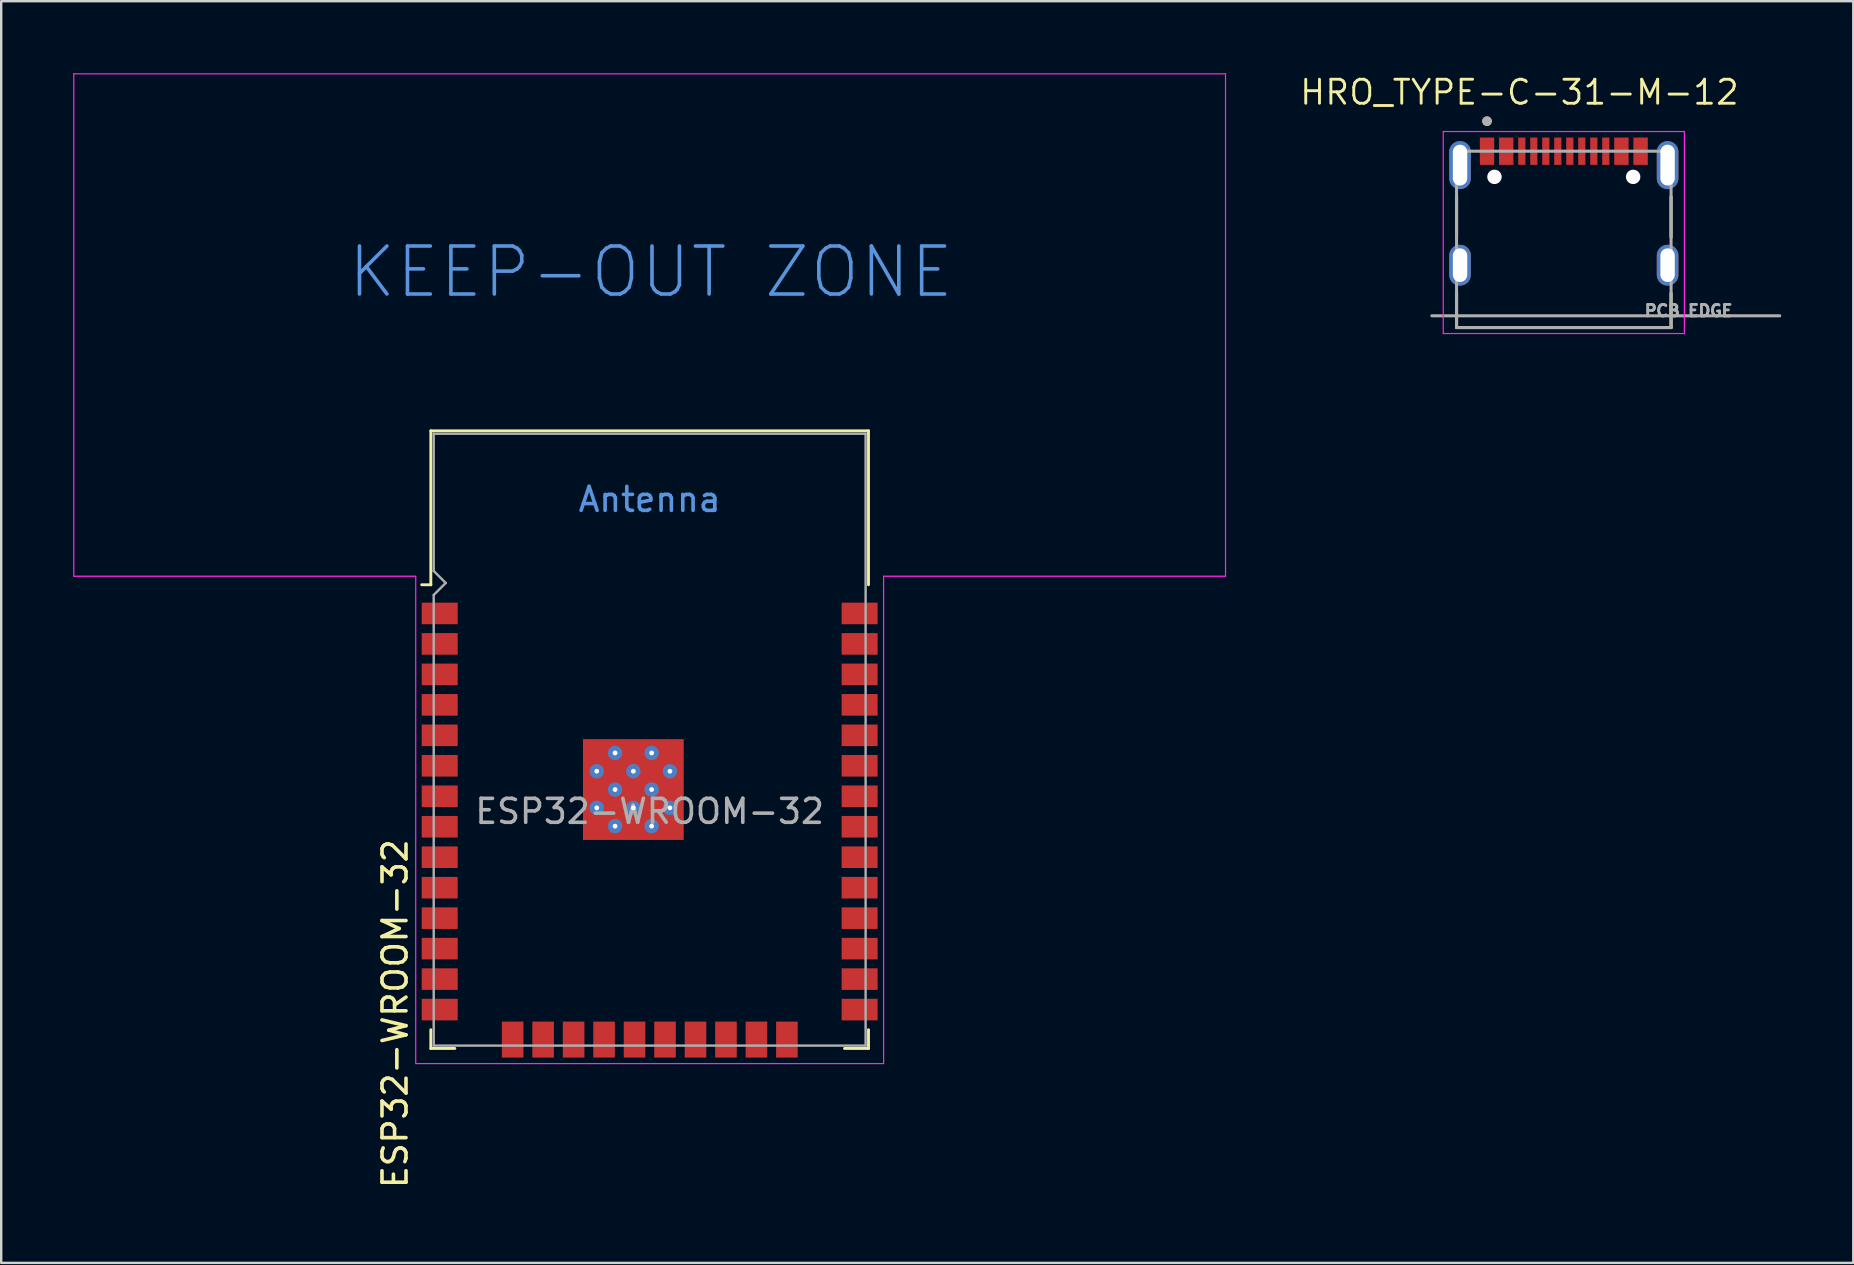
<source format=kicad_pcb>
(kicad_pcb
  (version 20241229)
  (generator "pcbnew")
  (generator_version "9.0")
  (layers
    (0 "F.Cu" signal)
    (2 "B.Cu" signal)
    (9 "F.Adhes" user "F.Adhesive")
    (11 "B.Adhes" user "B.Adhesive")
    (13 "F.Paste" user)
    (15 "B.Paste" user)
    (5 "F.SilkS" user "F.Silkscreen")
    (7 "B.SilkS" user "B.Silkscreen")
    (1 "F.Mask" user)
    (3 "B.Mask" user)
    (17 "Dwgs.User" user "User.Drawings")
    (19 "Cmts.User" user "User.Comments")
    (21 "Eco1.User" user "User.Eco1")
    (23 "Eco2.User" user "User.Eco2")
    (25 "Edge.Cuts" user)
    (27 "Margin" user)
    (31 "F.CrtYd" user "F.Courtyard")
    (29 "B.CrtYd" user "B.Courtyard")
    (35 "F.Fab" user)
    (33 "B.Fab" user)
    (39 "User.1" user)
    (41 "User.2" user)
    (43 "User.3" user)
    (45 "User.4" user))
  (footprint "ESP32-WROOM-32"
    (layer "F.Cu")
    (at 24.025 30.765)
    (property "Reference" "ESP32-WROOM-32" (at -10.61 8.43 90) (layer "F.SilkS") (effects (font (size 1 1) (thickness 0.15))))
    (attr smd)
    (fp_line (start -9.12 -15.86) (end -9.12 -9.445) (stroke (width 0.12) (type solid)) (layer "F.SilkS"))
    (fp_line (start -9.12 -15.86) (end 9.12 -15.86) (stroke (width 0.12) (type solid)) (layer "F.SilkS"))
    (fp_line (start -9.12 -9.445) (end -9.5 -9.445) (stroke (width 0.12) (type solid)) (layer "F.SilkS"))
    (fp_line (start -9.12 9.1) (end -9.12 9.88) (stroke (width 0.12) (type solid)) (layer "F.SilkS"))
    (fp_line (start -9.12 9.88) (end -8.12 9.88) (stroke (width 0.12) (type solid)) (layer "F.SilkS"))
    (fp_line (start 9.12 -15.86) (end 9.12 -9.445) (stroke (width 0.12) (type solid)) (layer "F.SilkS"))
    (fp_line (start 9.12 9.1) (end 9.12 9.88) (stroke (width 0.12) (type solid)) (layer "F.SilkS"))
    (fp_line (start 9.12 9.88) (end 8.12 9.88) (stroke (width 0.12) (type solid)) (layer "F.SilkS"))
    (fp_line (start -24 -30.74) (end -24 -9.8) (stroke (width 0.05) (type solid)) (layer "F.CrtYd"))
    (fp_line (start -24 -9.8) (end -9.75 -9.8) (stroke (width 0.05) (type solid)) (layer "F.CrtYd"))
    (fp_line (start -9.75 10.51) (end -9.75 -9.8) (stroke (width 0.05) (type solid)) (layer "F.CrtYd"))
    (fp_line (start -9.75 10.51) (end 9.75 10.51) (stroke (width 0.05) (type solid)) (layer "F.CrtYd"))
    (fp_line (start 9.75 -9.8) (end 9.75 10.51) (stroke (width 0.05) (type solid)) (layer "F.CrtYd"))
    (fp_line (start 9.75 -9.8) (end 24 -9.8) (stroke (width 0.05) (type solid)) (layer "F.CrtYd"))
    (fp_line (start 24 -30.74) (end -24 -30.74) (stroke (width 0.05) (type solid)) (layer "F.CrtYd"))
    (fp_line (start 24 -9.8) (end 24 -30.74) (stroke (width 0.05) (type solid)) (layer "F.CrtYd"))
    (fp_line (start -9 -15.74) (end -9 -10.02) (stroke (width 0.1) (type solid)) (layer "F.Fab"))
    (fp_line (start -9 -15.74) (end 9 -15.74) (stroke (width 0.1) (type solid)) (layer "F.Fab"))
    (fp_line (start -9 -9.02) (end -9 9.76) (stroke (width 0.1) (type solid)) (layer "F.Fab"))
    (fp_line (start -9 -9.02) (end -8.5 -9.52) (stroke (width 0.1) (type solid)) (layer "F.Fab"))
    (fp_line (start -9 9.76) (end 9 9.76) (stroke (width 0.1) (type solid)) (layer "F.Fab"))
    (fp_line (start -8.5 -9.52) (end -9 -10.02) (stroke (width 0.1) (type solid)) (layer "F.Fab"))
    (fp_line (start 9 9.76) (end 9 -15.74) (stroke (width 0.1) (type solid)) (layer "F.Fab"))
    (fp_text user "Antenna" (at 0 -13 0) (layer "Cmts.User") (effects (font (size 1 1) (thickness 0.15))))
    (fp_text user "KEEP-OUT ZONE" (at 0.05 -22.48 0) (layer "Cmts.User") (effects (font (size 2 2) (thickness 0.15))))
    (fp_text user "${REFERENCE}" (at 0 0 0) (layer "F.Fab") (effects (font (size 1 1) (thickness 0.15))))
    (pad "1" smd rect (at -8.75 -8.25) (size 1.5 0.9) (layers "F.Cu" "F.Mask" "F.Paste"))
    (pad "2" smd rect (at -8.75 -6.98) (size 1.5 0.9) (layers "F.Cu" "F.Mask" "F.Paste"))
    (pad "3" smd rect (at -8.75 -5.71) (size 1.5 0.9) (layers "F.Cu" "F.Mask" "F.Paste"))
    (pad "4" smd rect (at -8.75 -4.44) (size 1.5 0.9) (layers "F.Cu" "F.Mask" "F.Paste"))
    (pad "5" smd rect (at -8.75 -3.17) (size 1.5 0.9) (layers "F.Cu" "F.Mask" "F.Paste"))
    (pad "6" smd rect (at -8.75 -1.9) (size 1.5 0.9) (layers "F.Cu" "F.Mask" "F.Paste"))
    (pad "7" smd rect (at -8.75 -0.63) (size 1.5 0.9) (layers "F.Cu" "F.Mask" "F.Paste"))
    (pad "8" smd rect (at -8.75 0.64) (size 1.5 0.9) (layers "F.Cu" "F.Mask" "F.Paste"))
    (pad "9" smd rect (at -8.75 1.91) (size 1.5 0.9) (layers "F.Cu" "F.Mask" "F.Paste"))
    (pad "10" smd rect (at -8.75 3.18) (size 1.5 0.9) (layers "F.Cu" "F.Mask" "F.Paste"))
    (pad "11" smd rect (at -8.75 4.45) (size 1.5 0.9) (layers "F.Cu" "F.Mask" "F.Paste"))
    (pad "12" smd rect (at -8.75 5.72) (size 1.5 0.9) (layers "F.Cu" "F.Mask" "F.Paste"))
    (pad "13" smd rect (at -8.75 6.99) (size 1.5 0.9) (layers "F.Cu" "F.Mask" "F.Paste"))
    (pad "14" smd rect (at -8.75 8.26) (size 1.5 0.9) (layers "F.Cu" "F.Mask" "F.Paste"))
    (pad "15" smd rect (at -5.71 9.51 90) (size 1.5 0.9) (layers "F.Cu" "F.Mask" "F.Paste"))
    (pad "16" smd rect (at -4.44 9.51 90) (size 1.5 0.9) (layers "F.Cu" "F.Mask" "F.Paste"))
    (pad "17" smd rect (at -3.17 9.51 90) (size 1.5 0.9) (layers "F.Cu" "F.Mask" "F.Paste"))
    (pad "18" smd rect (at -1.9 9.51 90) (size 1.5 0.9) (layers "F.Cu" "F.Mask" "F.Paste"))
    (pad "19" smd rect (at -0.63 9.51 90) (size 1.5 0.9) (layers "F.Cu" "F.Mask" "F.Paste"))
    (pad "20" smd rect (at 0.64 9.51 90) (size 1.5 0.9) (layers "F.Cu" "F.Mask" "F.Paste"))
    (pad "21" smd rect (at 1.91 9.51 90) (size 1.5 0.9) (layers "F.Cu" "F.Mask" "F.Paste"))
    (pad "22" smd rect (at 3.18 9.51 90) (size 1.5 0.9) (layers "F.Cu" "F.Mask" "F.Paste"))
    (pad "23" smd rect (at 4.45 9.51 90) (size 1.5 0.9) (layers "F.Cu" "F.Mask" "F.Paste"))
    (pad "24" smd rect (at 5.72 9.51 90) (size 1.5 0.9) (layers "F.Cu" "F.Mask" "F.Paste"))
    (pad "25" smd rect (at 8.75 8.26) (size 1.5 0.9) (layers "F.Cu" "F.Mask" "F.Paste"))
    (pad "26" smd rect (at 8.75 6.99) (size 1.5 0.9) (layers "F.Cu" "F.Mask" "F.Paste"))
    (pad "27" smd rect (at 8.75 5.72) (size 1.5 0.9) (layers "F.Cu" "F.Mask" "F.Paste"))
    (pad "28" smd rect (at 8.75 4.45) (size 1.5 0.9) (layers "F.Cu" "F.Mask" "F.Paste"))
    (pad "29" smd rect (at 8.75 3.18) (size 1.5 0.9) (layers "F.Cu" "F.Mask" "F.Paste"))
    (pad "30" smd rect (at 8.75 1.91) (size 1.5 0.9) (layers "F.Cu" "F.Mask" "F.Paste"))
    (pad "31" smd rect (at 8.75 0.64) (size 1.5 0.9) (layers "F.Cu" "F.Mask" "F.Paste"))
    (pad "32" smd rect (at 8.75 -0.63) (size 1.5 0.9) (layers "F.Cu" "F.Mask" "F.Paste"))
    (pad "33" smd rect (at 8.75 -1.9) (size 1.5 0.9) (layers "F.Cu" "F.Mask" "F.Paste"))
    (pad "34" smd rect (at 8.75 -3.17) (size 1.5 0.9) (layers "F.Cu" "F.Mask" "F.Paste"))
    (pad "35" smd rect (at 8.75 -4.44) (size 1.5 0.9) (layers "F.Cu" "F.Mask" "F.Paste"))
    (pad "36" smd rect (at 8.75 -5.71) (size 1.5 0.9) (layers "F.Cu" "F.Mask" "F.Paste"))
    (pad "37" smd rect (at 8.75 -6.98) (size 1.5 0.9) (layers "F.Cu" "F.Mask" "F.Paste"))
    (pad "38" smd rect (at 8.75 -8.25) (size 1.5 0.9) (layers "F.Cu" "F.Mask" "F.Paste"))
    (pad "39" smd rect (at -2.205 -2.435) (size 1.05 1.05) (layers "F.Cu" "F.Paste"))
    (pad "39" thru_hole circle (at -2.205 -1.673) (size 0.6 0.6) (drill 0.2) (property pad_prop_heatsink) (layers "*.Cu" "F.Mask"))
    (pad "39" smd rect (at -2.205 -0.91) (size 1.05 1.05) (layers "F.Cu" "F.Paste"))
    (pad "39" thru_hole circle (at -2.205 -0.147) (size 0.6 0.6) (drill 0.2) (property pad_prop_heatsink) (layers "*.Cu" "F.Mask"))
    (pad "39" smd rect (at -2.205 0.615) (size 1.05 1.05) (layers "F.Cu" "F.Paste"))
    (pad "39" thru_hole circle (at -1.442 -2.435) (size 0.6 0.6) (drill 0.2) (property pad_prop_heatsink) (layers "*.Cu" "F.Mask"))
    (pad "39" thru_hole circle (at -1.442 -0.91) (size 0.6 0.6) (drill 0.2) (property pad_prop_heatsink) (layers "*.Cu" "F.Mask"))
    (pad "39" thru_hole circle (at -1.442 0.615) (size 0.6 0.6) (drill 0.2) (property pad_prop_heatsink) (layers "*.Cu" "F.Mask"))
    (pad "39" smd rect (at -0.68 -2.435) (size 1.05 1.05) (layers "F.Cu" "F.Paste"))
    (pad "39" thru_hole circle (at -0.68 -1.673) (size 0.6 0.6) (drill 0.2) (property pad_prop_heatsink) (layers "*.Cu" "F.Mask"))
    (pad "39" smd rect (at -0.68 -0.91) (size 1.05 1.05) (layers "F.Cu" "F.Paste"))
    (pad "39" smd rect (at -0.68 -0.91) (size 4.2 4.2) (layers "F.Cu" "F.Mask"))
    (pad "39" thru_hole circle (at -0.68 -0.147) (size 0.6 0.6) (drill 0.2) (property pad_prop_heatsink) (layers "*.Cu" "F.Mask"))
    (pad "39" smd rect (at -0.68 0.615) (size 1.05 1.05) (layers "F.Cu" "F.Paste"))
    (pad "39" thru_hole circle (at 0.083 -2.435) (size 0.6 0.6) (drill 0.2) (property pad_prop_heatsink) (layers "*.Cu" "F.Mask"))
    (pad "39" thru_hole circle (at 0.083 -0.91) (size 0.6 0.6) (drill 0.2) (property pad_prop_heatsink) (layers "*.Cu" "F.Mask"))
    (pad "39" thru_hole circle (at 0.083 0.615) (size 0.6 0.6) (drill 0.2) (property pad_prop_heatsink) (layers "*.Cu" "F.Mask"))
    (pad "39" smd rect (at 0.845 -2.435) (size 1.05 1.05) (layers "F.Cu" "F.Paste"))
    (pad "39" thru_hole circle (at 0.845 -1.673) (size 0.6 0.6) (drill 0.2) (property pad_prop_heatsink) (layers "*.Cu" "F.Mask"))
    (pad "39" smd rect (at 0.845 -0.91) (size 1.05 1.05) (layers "F.Cu" "F.Paste"))
    (pad "39" thru_hole circle (at 0.845 -0.147) (size 0.6 0.6) (drill 0.2) (property pad_prop_heatsink) (layers "*.Cu" "F.Mask"))
    (pad "39" smd rect (at 0.845 0.615) (size 1.05 1.05) (layers "F.Cu" "F.Paste"))
    (zone (net_name "") (layers "F.Cu" "B.Cu") (hatch full 0.508) (connect_pads) (min_thickness 0.254) (filled_areas_thickness no) (keepout (tracks allowed) (vias allowed) (pads allowed) (copperpour allowed) (footprints allowed)) (placement (enabled no)) (fill) (polygon (pts (xy 0.025 20.965) (xy 48.025 20.965) (xy 48.025 0.025) (xy 0.025 0.025)))))
  (footprint "HRO_TYPE-C-31-M-12"
    (layer "F.Cu")
    (at 62.123 8.001)
    (property "Reference" "HRO_TYPE-C-31-M-12" (at -1.85 -7.205 0) (layer "F.SilkS") (effects (font (size 1 1) (thickness 0.12))))
    (attr smd)
    (fp_poly (pts (xy -3.55 -5.37) (xy -2.85 -5.37) (xy -2.85 -4.13) (xy -3.55 -4.13)) (stroke (width 0.01) (type solid)) (fill yes) (layer "F.Mask"))
    (fp_poly (pts (xy -2.75 -5.37) (xy -2.05 -5.37) (xy -2.05 -4.13) (xy -2.75 -4.13)) (stroke (width 0.01) (type solid)) (fill yes) (layer "F.Mask"))
    (fp_poly (pts (xy -1.95 -5.37) (xy -1.55 -5.37) (xy -1.55 -4.13) (xy -1.95 -4.13)) (stroke (width 0.01) (type solid)) (fill yes) (layer "F.Mask"))
    (fp_poly (pts (xy -1.45 -5.37) (xy -1.05 -5.37) (xy -1.05 -4.13) (xy -1.45 -4.13)) (stroke (width 0.01) (type solid)) (fill yes) (layer "F.Mask"))
    (fp_poly (pts (xy -0.95 -5.37) (xy -0.55 -5.37) (xy -0.55 -4.13) (xy -0.95 -4.13)) (stroke (width 0.01) (type solid)) (fill yes) (layer "F.Mask"))
    (fp_poly (pts (xy -0.45 -5.37) (xy -0.05 -5.37) (xy -0.05 -4.13) (xy -0.45 -4.13)) (stroke (width 0.01) (type solid)) (fill yes) (layer "F.Mask"))
    (fp_poly (pts (xy 0.05 -5.37) (xy 0.45 -5.37) (xy 0.45 -4.13) (xy 0.05 -4.13)) (stroke (width 0.01) (type solid)) (fill yes) (layer "F.Mask"))
    (fp_poly (pts (xy 0.55 -5.37) (xy 0.95 -5.37) (xy 0.95 -4.13) (xy 0.55 -4.13)) (stroke (width 0.01) (type solid)) (fill yes) (layer "F.Mask"))
    (fp_poly (pts (xy 1.05 -5.37) (xy 1.45 -5.37) (xy 1.45 -4.13) (xy 1.05 -4.13)) (stroke (width 0.01) (type solid)) (fill yes) (layer "F.Mask"))
    (fp_poly (pts (xy 1.55 -5.37) (xy 1.95 -5.37) (xy 1.95 -4.13) (xy 1.55 -4.13)) (stroke (width 0.01) (type solid)) (fill yes) (layer "F.Mask"))
    (fp_poly (pts (xy 2.05 -5.37) (xy 2.75 -5.37) (xy 2.75 -4.13) (xy 2.05 -4.13)) (stroke (width 0.01) (type solid)) (fill yes) (layer "F.Mask"))
    (fp_poly (pts (xy 2.85 -5.37) (xy 3.55 -5.37) (xy 3.55 -4.13) (xy 2.85 -4.13)) (stroke (width 0.01) (type solid)) (fill yes) (layer "F.Mask"))
    (fp_line (start -4.47 -2.85) (end -4.47 -1.17) (stroke (width 0.127) (type solid)) (layer "F.SilkS"))
    (fp_line (start -4.47 2.6) (end -4.47 1.17) (stroke (width 0.127) (type solid)) (layer "F.SilkS"))
    (fp_line (start -4.47 2.6) (end 4.47 2.6) (stroke (width 0.127) (type solid)) (layer "F.SilkS"))
    (fp_line (start 4.47 -2.85) (end 4.47 -1.17) (stroke (width 0.127) (type solid)) (layer "F.SilkS"))
    (fp_line (start 4.47 2.6) (end 4.47 1.17) (stroke (width 0.127) (type solid)) (layer "F.SilkS"))
    (fp_circle (center -3.2 -6) (end -3.1 -6) (stroke (width 0.2) (type solid)) (fill no) (layer "F.SilkS"))
    (fp_line (start -5.025 -5.57) (end -5.025 2.85) (stroke (width 0.05) (type solid)) (layer "F.CrtYd"))
    (fp_line (start -5.025 2.85) (end 5.025 2.85) (stroke (width 0.05) (type solid)) (layer "F.CrtYd"))
    (fp_line (start 5.025 -5.57) (end -5.025 -5.57) (stroke (width 0.05) (type solid)) (layer "F.CrtYd"))
    (fp_line (start 5.025 2.85) (end 5.025 -5.57) (stroke (width 0.05) (type solid)) (layer "F.CrtYd"))
    (fp_line (start -5.5 2.11) (end 9 2.11) (stroke (width 0.127) (type solid)) (layer "F.Fab"))
    (fp_line (start -4.47 -4.75) (end -4.47 2.6) (stroke (width 0.127) (type solid)) (layer "F.Fab"))
    (fp_line (start -4.47 2.6) (end 4.47 2.6) (stroke (width 0.127) (type solid)) (layer "F.Fab"))
    (fp_line (start 4.47 -4.75) (end -4.47 -4.75) (stroke (width 0.127) (type solid)) (layer "F.Fab"))
    (fp_line (start 4.47 2.6) (end 4.47 -4.75) (stroke (width 0.127) (type solid)) (layer "F.Fab"))
    (fp_circle (center -3.2 -6) (end -3.1 -6) (stroke (width 0.2) (type solid)) (fill no) (layer "F.Fab"))
    (fp_text user "PCB EDGE" (at 5.2 1.9 0) (layer "F.Fab") (effects (font (size 0.48 0.48) (thickness 0.12))))
    (pad "" np_thru_hole circle (at -2.89 -3.68) (size 0.6 0.6) (drill 0.6) (layers "*.Cu" "*.Mask"))
    (pad "" np_thru_hole circle (at 2.89 -3.68) (size 0.6 0.6) (drill 0.6) (layers "*.Cu" "*.Mask"))
    (pad "A1_B12" smd rect (at -3.2 -4.75) (size 0.6 1.14) (layers "F.Cu" "F.Paste"))
    (pad "A4_B9" smd rect (at -2.4 -4.75) (size 0.6 1.14) (layers "F.Cu" "F.Paste"))
    (pad "A5" smd rect (at -1.25 -4.75) (size 0.3 1.14) (layers "F.Cu" "F.Paste"))
    (pad "A6" smd rect (at -0.25 -4.75) (size 0.3 1.14) (layers "F.Cu" "F.Paste"))
    (pad "A7" smd rect (at 0.25 -4.75) (size 0.3 1.14) (layers "F.Cu" "F.Paste"))
    (pad "A8" smd rect (at 1.25 -4.75) (size 0.3 1.14) (layers "F.Cu" "F.Paste"))
    (pad "B1_A12" smd rect (at 3.2 -4.75) (size 0.6 1.14) (layers "F.Cu" "F.Paste"))
    (pad "B4_A9" smd rect (at 2.4 -4.75) (size 0.6 1.14) (layers "F.Cu" "F.Paste"))
    (pad "B5" smd rect (at 1.75 -4.75) (size 0.3 1.14) (layers "F.Cu" "F.Paste"))
    (pad "B6" smd rect (at 0.75 -4.75) (size 0.3 1.14) (layers "F.Cu" "F.Paste"))
    (pad "B7" smd rect (at -0.75 -4.75) (size 0.3 1.14) (layers "F.Cu" "F.Paste"))
    (pad "B8" smd rect (at -1.75 -4.75) (size 0.3 1.14) (layers "F.Cu" "F.Paste"))
    (pad "S1" thru_hole oval (at -4.325 -4.17) (size 0.9 2) (drill oval 0.6 1.7) (layers "*.Cu" "*.Mask"))
    (pad "S2" thru_hole oval (at 4.325 -4.17) (size 0.9 2) (drill oval 0.6 1.7) (layers "*.Cu" "*.Mask"))
    (pad "S3" thru_hole oval (at -4.325 0) (size 0.9 1.7) (drill oval 0.6 1.4) (layers "*.Cu" "*.Mask"))
    (pad "S4" thru_hole oval (at 4.325 0) (size 0.9 1.7) (drill oval 0.6 1.4) (layers "*.Cu" "*.Mask")))
  (gr_rect
    (start -3 -3)
    (end 74.186 49.582)
    (stroke (width 0.1) (type default))
    (fill no)
    (layer "Edge.Cuts")))
</source>
